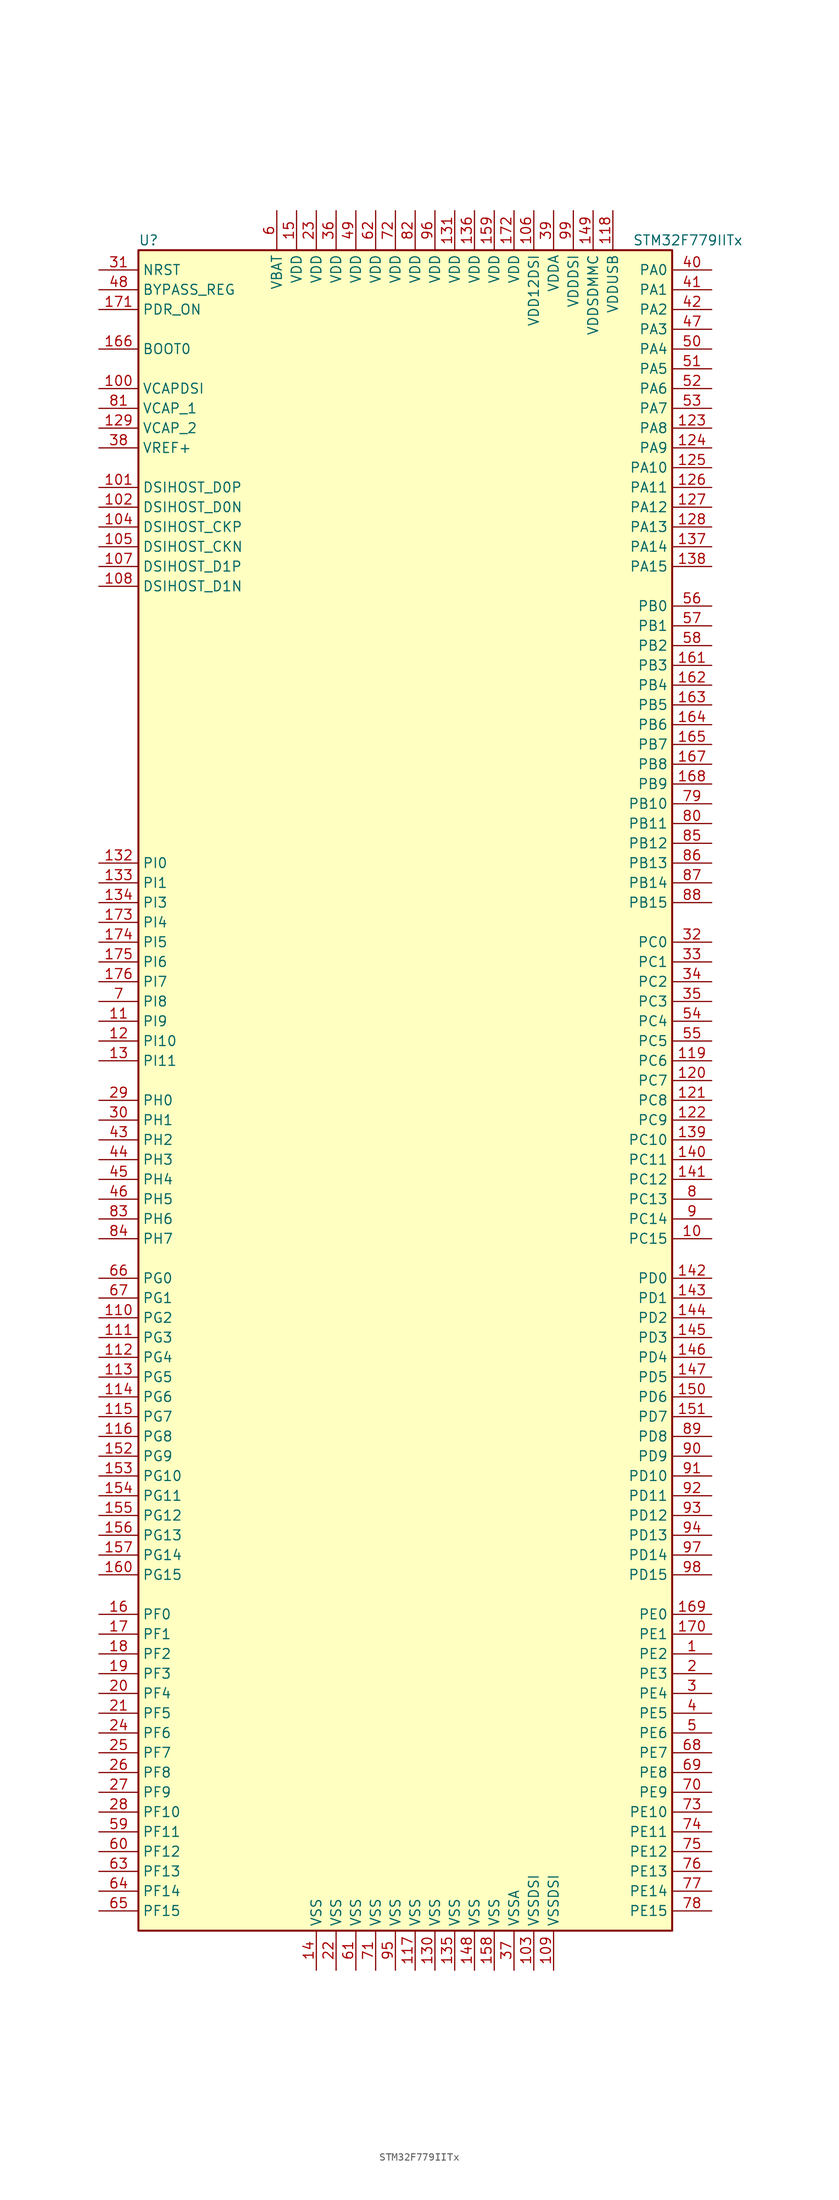
<source format=kicad_sym>
(kicad_symbol_lib
  (version 20201005)
  (generator kicad_symbol_editor)
  (symbol "STM32F779IITx"
    (property "Reference" "U"
      (at -35.56 107.95 0)
      (effects (font (size 1.27 1.27)) (justify left)))
    (property "Value" "STM32F779IITx"
      (at 27.94 107.95 0)
      (effects (font (size 1.27 1.27)) (justify left)))
    (symbol "STM32F779IITx_0_1"
      (rectangle (start -35.56 -109.22) (end 33.02 106.68) (stroke (width 0.254)) (fill (type background))))
    (symbol "STM32F779IITx_1_1"
      (pin input line (at -40.64 93.98 0) (length 5.08) (name "BOOT0" (effects (font (size 1.27 1.27)))) (number "166" (effects (font (size 1.27 1.27)))))
      (pin input line (at -40.64 101.6 0) (length 5.08) (name "BYPASS_REG" (effects (font (size 1.27 1.27)))) (number "48" (effects (font (size 1.27 1.27)))))
      (pin bidirectional line (at -40.64 68.58 0) (length 5.08) (name "DSIHOST_CKN" (effects (font (size 1.27 1.27)))) (number "105" (effects (font (size 1.27 1.27)))))
      (pin bidirectional line (at -40.64 71.12 0) (length 5.08) (name "DSIHOST_CKP" (effects (font (size 1.27 1.27)))) (number "104" (effects (font (size 1.27 1.27)))))
      (pin bidirectional line (at -40.64 73.66 0) (length 5.08) (name "DSIHOST_D0N" (effects (font (size 1.27 1.27)))) (number "102" (effects (font (size 1.27 1.27)))))
      (pin bidirectional line (at -40.64 76.2 0) (length 5.08) (name "DSIHOST_D0P" (effects (font (size 1.27 1.27)))) (number "101" (effects (font (size 1.27 1.27)))))
      (pin bidirectional line (at -40.64 63.5 0) (length 5.08) (name "DSIHOST_D1N" (effects (font (size 1.27 1.27)))) (number "108" (effects (font (size 1.27 1.27)))))
      (pin bidirectional line (at -40.64 66.04 0) (length 5.08) (name "DSIHOST_D1P" (effects (font (size 1.27 1.27)))) (number "107" (effects (font (size 1.27 1.27)))))
      (pin input line (at -40.64 104.14 0) (length 5.08) (name "NRST" (effects (font (size 1.27 1.27)))) (number "31" (effects (font (size 1.27 1.27)))))
      (pin bidirectional line (at 38.1 104.14 180) (length 5.08) (name "PA0" (effects (font (size 1.27 1.27)))) (number "40" (effects (font (size 1.27 1.27)))))
      (pin bidirectional line (at 38.1 101.6 180) (length 5.08) (name "PA1" (effects (font (size 1.27 1.27)))) (number "41" (effects (font (size 1.27 1.27)))))
      (pin bidirectional line (at 38.1 78.74 180) (length 5.08) (name "PA10" (effects (font (size 1.27 1.27)))) (number "125" (effects (font (size 1.27 1.27)))))
      (pin bidirectional line (at 38.1 76.2 180) (length 5.08) (name "PA11" (effects (font (size 1.27 1.27)))) (number "126" (effects (font (size 1.27 1.27)))))
      (pin bidirectional line (at 38.1 73.66 180) (length 5.08) (name "PA12" (effects (font (size 1.27 1.27)))) (number "127" (effects (font (size 1.27 1.27)))))
      (pin bidirectional line (at 38.1 71.12 180) (length 5.08) (name "PA13" (effects (font (size 1.27 1.27)))) (number "128" (effects (font (size 1.27 1.27)))))
      (pin bidirectional line (at 38.1 68.58 180) (length 5.08) (name "PA14" (effects (font (size 1.27 1.27)))) (number "137" (effects (font (size 1.27 1.27)))))
      (pin bidirectional line (at 38.1 66.04 180) (length 5.08) (name "PA15" (effects (font (size 1.27 1.27)))) (number "138" (effects (font (size 1.27 1.27)))))
      (pin bidirectional line (at 38.1 99.06 180) (length 5.08) (name "PA2" (effects (font (size 1.27 1.27)))) (number "42" (effects (font (size 1.27 1.27)))))
      (pin bidirectional line (at 38.1 96.52 180) (length 5.08) (name "PA3" (effects (font (size 1.27 1.27)))) (number "47" (effects (font (size 1.27 1.27)))))
      (pin bidirectional line (at 38.1 93.98 180) (length 5.08) (name "PA4" (effects (font (size 1.27 1.27)))) (number "50" (effects (font (size 1.27 1.27)))))
      (pin bidirectional line (at 38.1 91.44 180) (length 5.08) (name "PA5" (effects (font (size 1.27 1.27)))) (number "51" (effects (font (size 1.27 1.27)))))
      (pin bidirectional line (at 38.1 88.9 180) (length 5.08) (name "PA6" (effects (font (size 1.27 1.27)))) (number "52" (effects (font (size 1.27 1.27)))))
      (pin bidirectional line (at 38.1 86.36 180) (length 5.08) (name "PA7" (effects (font (size 1.27 1.27)))) (number "53" (effects (font (size 1.27 1.27)))))
      (pin bidirectional line (at 38.1 83.82 180) (length 5.08) (name "PA8" (effects (font (size 1.27 1.27)))) (number "123" (effects (font (size 1.27 1.27)))))
      (pin bidirectional line (at 38.1 81.28 180) (length 5.08) (name "PA9" (effects (font (size 1.27 1.27)))) (number "124" (effects (font (size 1.27 1.27)))))
      (pin bidirectional line (at 38.1 60.96 180) (length 5.08) (name "PB0" (effects (font (size 1.27 1.27)))) (number "56" (effects (font (size 1.27 1.27)))))
      (pin bidirectional line (at 38.1 58.42 180) (length 5.08) (name "PB1" (effects (font (size 1.27 1.27)))) (number "57" (effects (font (size 1.27 1.27)))))
      (pin bidirectional line (at 38.1 35.56 180) (length 5.08) (name "PB10" (effects (font (size 1.27 1.27)))) (number "79" (effects (font (size 1.27 1.27)))))
      (pin bidirectional line (at 38.1 33.02 180) (length 5.08) (name "PB11" (effects (font (size 1.27 1.27)))) (number "80" (effects (font (size 1.27 1.27)))))
      (pin bidirectional line (at 38.1 30.48 180) (length 5.08) (name "PB12" (effects (font (size 1.27 1.27)))) (number "85" (effects (font (size 1.27 1.27)))))
      (pin bidirectional line (at 38.1 27.94 180) (length 5.08) (name "PB13" (effects (font (size 1.27 1.27)))) (number "86" (effects (font (size 1.27 1.27)))))
      (pin bidirectional line (at 38.1 25.4 180) (length 5.08) (name "PB14" (effects (font (size 1.27 1.27)))) (number "87" (effects (font (size 1.27 1.27)))))
      (pin bidirectional line (at 38.1 22.86 180) (length 5.08) (name "PB15" (effects (font (size 1.27 1.27)))) (number "88" (effects (font (size 1.27 1.27)))))
      (pin bidirectional line (at 38.1 55.88 180) (length 5.08) (name "PB2" (effects (font (size 1.27 1.27)))) (number "58" (effects (font (size 1.27 1.27)))))
      (pin bidirectional line (at 38.1 53.34 180) (length 5.08) (name "PB3" (effects (font (size 1.27 1.27)))) (number "161" (effects (font (size 1.27 1.27)))))
      (pin bidirectional line (at 38.1 50.8 180) (length 5.08) (name "PB4" (effects (font (size 1.27 1.27)))) (number "162" (effects (font (size 1.27 1.27)))))
      (pin bidirectional line (at 38.1 48.26 180) (length 5.08) (name "PB5" (effects (font (size 1.27 1.27)))) (number "163" (effects (font (size 1.27 1.27)))))
      (pin bidirectional line (at 38.1 45.72 180) (length 5.08) (name "PB6" (effects (font (size 1.27 1.27)))) (number "164" (effects (font (size 1.27 1.27)))))
      (pin bidirectional line (at 38.1 43.18 180) (length 5.08) (name "PB7" (effects (font (size 1.27 1.27)))) (number "165" (effects (font (size 1.27 1.27)))))
      (pin bidirectional line (at 38.1 40.64 180) (length 5.08) (name "PB8" (effects (font (size 1.27 1.27)))) (number "167" (effects (font (size 1.27 1.27)))))
      (pin bidirectional line (at 38.1 38.1 180) (length 5.08) (name "PB9" (effects (font (size 1.27 1.27)))) (number "168" (effects (font (size 1.27 1.27)))))
      (pin bidirectional line (at 38.1 17.78 180) (length 5.08) (name "PC0" (effects (font (size 1.27 1.27)))) (number "32" (effects (font (size 1.27 1.27)))))
      (pin bidirectional line (at 38.1 15.24 180) (length 5.08) (name "PC1" (effects (font (size 1.27 1.27)))) (number "33" (effects (font (size 1.27 1.27)))))
      (pin bidirectional line (at 38.1 -7.62 180) (length 5.08) (name "PC10" (effects (font (size 1.27 1.27)))) (number "139" (effects (font (size 1.27 1.27)))))
      (pin bidirectional line (at 38.1 -10.16 180) (length 5.08) (name "PC11" (effects (font (size 1.27 1.27)))) (number "140" (effects (font (size 1.27 1.27)))))
      (pin bidirectional line (at 38.1 -12.7 180) (length 5.08) (name "PC12" (effects (font (size 1.27 1.27)))) (number "141" (effects (font (size 1.27 1.27)))))
      (pin bidirectional line (at 38.1 -15.24 180) (length 5.08) (name "PC13" (effects (font (size 1.27 1.27)))) (number "8" (effects (font (size 1.27 1.27)))))
      (pin bidirectional line (at 38.1 -17.78 180) (length 5.08) (name "PC14" (effects (font (size 1.27 1.27)))) (number "9" (effects (font (size 1.27 1.27)))))
      (pin bidirectional line (at 38.1 -20.32 180) (length 5.08) (name "PC15" (effects (font (size 1.27 1.27)))) (number "10" (effects (font (size 1.27 1.27)))))
      (pin bidirectional line (at 38.1 12.7 180) (length 5.08) (name "PC2" (effects (font (size 1.27 1.27)))) (number "34" (effects (font (size 1.27 1.27)))))
      (pin bidirectional line (at 38.1 10.16 180) (length 5.08) (name "PC3" (effects (font (size 1.27 1.27)))) (number "35" (effects (font (size 1.27 1.27)))))
      (pin bidirectional line (at 38.1 7.62 180) (length 5.08) (name "PC4" (effects (font (size 1.27 1.27)))) (number "54" (effects (font (size 1.27 1.27)))))
      (pin bidirectional line (at 38.1 5.08 180) (length 5.08) (name "PC5" (effects (font (size 1.27 1.27)))) (number "55" (effects (font (size 1.27 1.27)))))
      (pin bidirectional line (at 38.1 2.54 180) (length 5.08) (name "PC6" (effects (font (size 1.27 1.27)))) (number "119" (effects (font (size 1.27 1.27)))))
      (pin bidirectional line (at 38.1 0 180) (length 5.08) (name "PC7" (effects (font (size 1.27 1.27)))) (number "120" (effects (font (size 1.27 1.27)))))
      (pin bidirectional line (at 38.1 -2.54 180) (length 5.08) (name "PC8" (effects (font (size 1.27 1.27)))) (number "121" (effects (font (size 1.27 1.27)))))
      (pin bidirectional line (at 38.1 -5.08 180) (length 5.08) (name "PC9" (effects (font (size 1.27 1.27)))) (number "122" (effects (font (size 1.27 1.27)))))
      (pin bidirectional line (at 38.1 -25.4 180) (length 5.08) (name "PD0" (effects (font (size 1.27 1.27)))) (number "142" (effects (font (size 1.27 1.27)))))
      (pin bidirectional line (at 38.1 -27.94 180) (length 5.08) (name "PD1" (effects (font (size 1.27 1.27)))) (number "143" (effects (font (size 1.27 1.27)))))
      (pin bidirectional line (at 38.1 -50.8 180) (length 5.08) (name "PD10" (effects (font (size 1.27 1.27)))) (number "91" (effects (font (size 1.27 1.27)))))
      (pin bidirectional line (at 38.1 -53.34 180) (length 5.08) (name "PD11" (effects (font (size 1.27 1.27)))) (number "92" (effects (font (size 1.27 1.27)))))
      (pin bidirectional line (at 38.1 -55.88 180) (length 5.08) (name "PD12" (effects (font (size 1.27 1.27)))) (number "93" (effects (font (size 1.27 1.27)))))
      (pin bidirectional line (at 38.1 -58.42 180) (length 5.08) (name "PD13" (effects (font (size 1.27 1.27)))) (number "94" (effects (font (size 1.27 1.27)))))
      (pin bidirectional line (at 38.1 -60.96 180) (length 5.08) (name "PD14" (effects (font (size 1.27 1.27)))) (number "97" (effects (font (size 1.27 1.27)))))
      (pin bidirectional line (at 38.1 -63.5 180) (length 5.08) (name "PD15" (effects (font (size 1.27 1.27)))) (number "98" (effects (font (size 1.27 1.27)))))
      (pin bidirectional line (at 38.1 -30.48 180) (length 5.08) (name "PD2" (effects (font (size 1.27 1.27)))) (number "144" (effects (font (size 1.27 1.27)))))
      (pin bidirectional line (at 38.1 -33.02 180) (length 5.08) (name "PD3" (effects (font (size 1.27 1.27)))) (number "145" (effects (font (size 1.27 1.27)))))
      (pin bidirectional line (at 38.1 -35.56 180) (length 5.08) (name "PD4" (effects (font (size 1.27 1.27)))) (number "146" (effects (font (size 1.27 1.27)))))
      (pin bidirectional line (at 38.1 -38.1 180) (length 5.08) (name "PD5" (effects (font (size 1.27 1.27)))) (number "147" (effects (font (size 1.27 1.27)))))
      (pin bidirectional line (at 38.1 -40.64 180) (length 5.08) (name "PD6" (effects (font (size 1.27 1.27)))) (number "150" (effects (font (size 1.27 1.27)))))
      (pin bidirectional line (at 38.1 -43.18 180) (length 5.08) (name "PD7" (effects (font (size 1.27 1.27)))) (number "151" (effects (font (size 1.27 1.27)))))
      (pin bidirectional line (at 38.1 -45.72 180) (length 5.08) (name "PD8" (effects (font (size 1.27 1.27)))) (number "89" (effects (font (size 1.27 1.27)))))
      (pin bidirectional line (at 38.1 -48.26 180) (length 5.08) (name "PD9" (effects (font (size 1.27 1.27)))) (number "90" (effects (font (size 1.27 1.27)))))
      (pin input line (at -40.64 99.06 0) (length 5.08) (name "PDR_ON" (effects (font (size 1.27 1.27)))) (number "171" (effects (font (size 1.27 1.27)))))
      (pin bidirectional line (at 38.1 -68.58 180) (length 5.08) (name "PE0" (effects (font (size 1.27 1.27)))) (number "169" (effects (font (size 1.27 1.27)))))
      (pin bidirectional line (at 38.1 -71.12 180) (length 5.08) (name "PE1" (effects (font (size 1.27 1.27)))) (number "170" (effects (font (size 1.27 1.27)))))
      (pin bidirectional line (at 38.1 -93.98 180) (length 5.08) (name "PE10" (effects (font (size 1.27 1.27)))) (number "73" (effects (font (size 1.27 1.27)))))
      (pin bidirectional line (at 38.1 -96.52 180) (length 5.08) (name "PE11" (effects (font (size 1.27 1.27)))) (number "74" (effects (font (size 1.27 1.27)))))
      (pin bidirectional line (at 38.1 -99.06 180) (length 5.08) (name "PE12" (effects (font (size 1.27 1.27)))) (number "75" (effects (font (size 1.27 1.27)))))
      (pin bidirectional line (at 38.1 -101.6 180) (length 5.08) (name "PE13" (effects (font (size 1.27 1.27)))) (number "76" (effects (font (size 1.27 1.27)))))
      (pin bidirectional line (at 38.1 -104.14 180) (length 5.08) (name "PE14" (effects (font (size 1.27 1.27)))) (number "77" (effects (font (size 1.27 1.27)))))
      (pin bidirectional line (at 38.1 -106.68 180) (length 5.08) (name "PE15" (effects (font (size 1.27 1.27)))) (number "78" (effects (font (size 1.27 1.27)))))
      (pin bidirectional line (at 38.1 -73.66 180) (length 5.08) (name "PE2" (effects (font (size 1.27 1.27)))) (number "1" (effects (font (size 1.27 1.27)))))
      (pin bidirectional line (at 38.1 -76.2 180) (length 5.08) (name "PE3" (effects (font (size 1.27 1.27)))) (number "2" (effects (font (size 1.27 1.27)))))
      (pin bidirectional line (at 38.1 -78.74 180) (length 5.08) (name "PE4" (effects (font (size 1.27 1.27)))) (number "3" (effects (font (size 1.27 1.27)))))
      (pin bidirectional line (at 38.1 -81.28 180) (length 5.08) (name "PE5" (effects (font (size 1.27 1.27)))) (number "4" (effects (font (size 1.27 1.27)))))
      (pin bidirectional line (at 38.1 -83.82 180) (length 5.08) (name "PE6" (effects (font (size 1.27 1.27)))) (number "5" (effects (font (size 1.27 1.27)))))
      (pin bidirectional line (at 38.1 -86.36 180) (length 5.08) (name "PE7" (effects (font (size 1.27 1.27)))) (number "68" (effects (font (size 1.27 1.27)))))
      (pin bidirectional line (at 38.1 -88.9 180) (length 5.08) (name "PE8" (effects (font (size 1.27 1.27)))) (number "69" (effects (font (size 1.27 1.27)))))
      (pin bidirectional line (at 38.1 -91.44 180) (length 5.08) (name "PE9" (effects (font (size 1.27 1.27)))) (number "70" (effects (font (size 1.27 1.27)))))
      (pin bidirectional line (at -40.64 -68.58 0) (length 5.08) (name "PF0" (effects (font (size 1.27 1.27)))) (number "16" (effects (font (size 1.27 1.27)))))
      (pin bidirectional line (at -40.64 -71.12 0) (length 5.08) (name "PF1" (effects (font (size 1.27 1.27)))) (number "17" (effects (font (size 1.27 1.27)))))
      (pin bidirectional line (at -40.64 -93.98 0) (length 5.08) (name "PF10" (effects (font (size 1.27 1.27)))) (number "28" (effects (font (size 1.27 1.27)))))
      (pin bidirectional line (at -40.64 -96.52 0) (length 5.08) (name "PF11" (effects (font (size 1.27 1.27)))) (number "59" (effects (font (size 1.27 1.27)))))
      (pin bidirectional line (at -40.64 -99.06 0) (length 5.08) (name "PF12" (effects (font (size 1.27 1.27)))) (number "60" (effects (font (size 1.27 1.27)))))
      (pin bidirectional line (at -40.64 -101.6 0) (length 5.08) (name "PF13" (effects (font (size 1.27 1.27)))) (number "63" (effects (font (size 1.27 1.27)))))
      (pin bidirectional line (at -40.64 -104.14 0) (length 5.08) (name "PF14" (effects (font (size 1.27 1.27)))) (number "64" (effects (font (size 1.27 1.27)))))
      (pin bidirectional line (at -40.64 -106.68 0) (length 5.08) (name "PF15" (effects (font (size 1.27 1.27)))) (number "65" (effects (font (size 1.27 1.27)))))
      (pin bidirectional line (at -40.64 -73.66 0) (length 5.08) (name "PF2" (effects (font (size 1.27 1.27)))) (number "18" (effects (font (size 1.27 1.27)))))
      (pin bidirectional line (at -40.64 -76.2 0) (length 5.08) (name "PF3" (effects (font (size 1.27 1.27)))) (number "19" (effects (font (size 1.27 1.27)))))
      (pin bidirectional line (at -40.64 -78.74 0) (length 5.08) (name "PF4" (effects (font (size 1.27 1.27)))) (number "20" (effects (font (size 1.27 1.27)))))
      (pin bidirectional line (at -40.64 -81.28 0) (length 5.08) (name "PF5" (effects (font (size 1.27 1.27)))) (number "21" (effects (font (size 1.27 1.27)))))
      (pin bidirectional line (at -40.64 -83.82 0) (length 5.08) (name "PF6" (effects (font (size 1.27 1.27)))) (number "24" (effects (font (size 1.27 1.27)))))
      (pin bidirectional line (at -40.64 -86.36 0) (length 5.08) (name "PF7" (effects (font (size 1.27 1.27)))) (number "25" (effects (font (size 1.27 1.27)))))
      (pin bidirectional line (at -40.64 -88.9 0) (length 5.08) (name "PF8" (effects (font (size 1.27 1.27)))) (number "26" (effects (font (size 1.27 1.27)))))
      (pin bidirectional line (at -40.64 -91.44 0) (length 5.08) (name "PF9" (effects (font (size 1.27 1.27)))) (number "27" (effects (font (size 1.27 1.27)))))
      (pin bidirectional line (at -40.64 -25.4 0) (length 5.08) (name "PG0" (effects (font (size 1.27 1.27)))) (number "66" (effects (font (size 1.27 1.27)))))
      (pin bidirectional line (at -40.64 -27.94 0) (length 5.08) (name "PG1" (effects (font (size 1.27 1.27)))) (number "67" (effects (font (size 1.27 1.27)))))
      (pin bidirectional line (at -40.64 -50.8 0) (length 5.08) (name "PG10" (effects (font (size 1.27 1.27)))) (number "153" (effects (font (size 1.27 1.27)))))
      (pin bidirectional line (at -40.64 -53.34 0) (length 5.08) (name "PG11" (effects (font (size 1.27 1.27)))) (number "154" (effects (font (size 1.27 1.27)))))
      (pin bidirectional line (at -40.64 -55.88 0) (length 5.08) (name "PG12" (effects (font (size 1.27 1.27)))) (number "155" (effects (font (size 1.27 1.27)))))
      (pin bidirectional line (at -40.64 -58.42 0) (length 5.08) (name "PG13" (effects (font (size 1.27 1.27)))) (number "156" (effects (font (size 1.27 1.27)))))
      (pin bidirectional line (at -40.64 -60.96 0) (length 5.08) (name "PG14" (effects (font (size 1.27 1.27)))) (number "157" (effects (font (size 1.27 1.27)))))
      (pin bidirectional line (at -40.64 -63.5 0) (length 5.08) (name "PG15" (effects (font (size 1.27 1.27)))) (number "160" (effects (font (size 1.27 1.27)))))
      (pin bidirectional line (at -40.64 -30.48 0) (length 5.08) (name "PG2" (effects (font (size 1.27 1.27)))) (number "110" (effects (font (size 1.27 1.27)))))
      (pin bidirectional line (at -40.64 -33.02 0) (length 5.08) (name "PG3" (effects (font (size 1.27 1.27)))) (number "111" (effects (font (size 1.27 1.27)))))
      (pin bidirectional line (at -40.64 -35.56 0) (length 5.08) (name "PG4" (effects (font (size 1.27 1.27)))) (number "112" (effects (font (size 1.27 1.27)))))
      (pin bidirectional line (at -40.64 -38.1 0) (length 5.08) (name "PG5" (effects (font (size 1.27 1.27)))) (number "113" (effects (font (size 1.27 1.27)))))
      (pin bidirectional line (at -40.64 -40.64 0) (length 5.08) (name "PG6" (effects (font (size 1.27 1.27)))) (number "114" (effects (font (size 1.27 1.27)))))
      (pin bidirectional line (at -40.64 -43.18 0) (length 5.08) (name "PG7" (effects (font (size 1.27 1.27)))) (number "115" (effects (font (size 1.27 1.27)))))
      (pin bidirectional line (at -40.64 -45.72 0) (length 5.08) (name "PG8" (effects (font (size 1.27 1.27)))) (number "116" (effects (font (size 1.27 1.27)))))
      (pin bidirectional line (at -40.64 -48.26 0) (length 5.08) (name "PG9" (effects (font (size 1.27 1.27)))) (number "152" (effects (font (size 1.27 1.27)))))
      (pin input line (at -40.64 -2.54 0) (length 5.08) (name "PH0" (effects (font (size 1.27 1.27)))) (number "29" (effects (font (size 1.27 1.27)))))
      (pin input line (at -40.64 -5.08 0) (length 5.08) (name "PH1" (effects (font (size 1.27 1.27)))) (number "30" (effects (font (size 1.27 1.27)))))
      (pin bidirectional line (at -40.64 -7.62 0) (length 5.08) (name "PH2" (effects (font (size 1.27 1.27)))) (number "43" (effects (font (size 1.27 1.27)))))
      (pin bidirectional line (at -40.64 -10.16 0) (length 5.08) (name "PH3" (effects (font (size 1.27 1.27)))) (number "44" (effects (font (size 1.27 1.27)))))
      (pin bidirectional line (at -40.64 -12.7 0) (length 5.08) (name "PH4" (effects (font (size 1.27 1.27)))) (number "45" (effects (font (size 1.27 1.27)))))
      (pin bidirectional line (at -40.64 -15.24 0) (length 5.08) (name "PH5" (effects (font (size 1.27 1.27)))) (number "46" (effects (font (size 1.27 1.27)))))
      (pin bidirectional line (at -40.64 -17.78 0) (length 5.08) (name "PH6" (effects (font (size 1.27 1.27)))) (number "83" (effects (font (size 1.27 1.27)))))
      (pin bidirectional line (at -40.64 -20.32 0) (length 5.08) (name "PH7" (effects (font (size 1.27 1.27)))) (number "84" (effects (font (size 1.27 1.27)))))
      (pin bidirectional line (at -40.64 27.94 0) (length 5.08) (name "PI0" (effects (font (size 1.27 1.27)))) (number "132" (effects (font (size 1.27 1.27)))))
      (pin bidirectional line (at -40.64 25.4 0) (length 5.08) (name "PI1" (effects (font (size 1.27 1.27)))) (number "133" (effects (font (size 1.27 1.27)))))
      (pin bidirectional line (at -40.64 5.08 0) (length 5.08) (name "PI10" (effects (font (size 1.27 1.27)))) (number "12" (effects (font (size 1.27 1.27)))))
      (pin bidirectional line (at -40.64 2.54 0) (length 5.08) (name "PI11" (effects (font (size 1.27 1.27)))) (number "13" (effects (font (size 1.27 1.27)))))
      (pin bidirectional line (at -40.64 22.86 0) (length 5.08) (name "PI3" (effects (font (size 1.27 1.27)))) (number "134" (effects (font (size 1.27 1.27)))))
      (pin bidirectional line (at -40.64 20.32 0) (length 5.08) (name "PI4" (effects (font (size 1.27 1.27)))) (number "173" (effects (font (size 1.27 1.27)))))
      (pin bidirectional line (at -40.64 17.78 0) (length 5.08) (name "PI5" (effects (font (size 1.27 1.27)))) (number "174" (effects (font (size 1.27 1.27)))))
      (pin bidirectional line (at -40.64 15.24 0) (length 5.08) (name "PI6" (effects (font (size 1.27 1.27)))) (number "175" (effects (font (size 1.27 1.27)))))
      (pin bidirectional line (at -40.64 12.7 0) (length 5.08) (name "PI7" (effects (font (size 1.27 1.27)))) (number "176" (effects (font (size 1.27 1.27)))))
      (pin bidirectional line (at -40.64 10.16 0) (length 5.08) (name "PI8" (effects (font (size 1.27 1.27)))) (number "7" (effects (font (size 1.27 1.27)))))
      (pin bidirectional line (at -40.64 7.62 0) (length 5.08) (name "PI9" (effects (font (size 1.27 1.27)))) (number "11" (effects (font (size 1.27 1.27)))))
      (pin power_in line (at -17.78 111.76 270) (length 5.08) (name "VBAT" (effects (font (size 1.27 1.27)))) (number "6" (effects (font (size 1.27 1.27)))))
      (pin power_in line (at -40.64 88.9 0) (length 5.08) (name "VCAPDSI" (effects (font (size 1.27 1.27)))) (number "100" (effects (font (size 1.27 1.27)))))
      (pin power_in line (at -40.64 86.36 0) (length 5.08) (name "VCAP_1" (effects (font (size 1.27 1.27)))) (number "81" (effects (font (size 1.27 1.27)))))
      (pin power_in line (at -40.64 83.82 0) (length 5.08) (name "VCAP_2" (effects (font (size 1.27 1.27)))) (number "129" (effects (font (size 1.27 1.27)))))
      (pin power_in line (at 5.08 111.76 270) (length 5.08) (name "VDD" (effects (font (size 1.27 1.27)))) (number "131" (effects (font (size 1.27 1.27)))))
      (pin power_in line (at 7.62 111.76 270) (length 5.08) (name "VDD" (effects (font (size 1.27 1.27)))) (number "136" (effects (font (size 1.27 1.27)))))
      (pin power_in line (at -15.24 111.76 270) (length 5.08) (name "VDD" (effects (font (size 1.27 1.27)))) (number "15" (effects (font (size 1.27 1.27)))))
      (pin power_in line (at 10.16 111.76 270) (length 5.08) (name "VDD" (effects (font (size 1.27 1.27)))) (number "159" (effects (font (size 1.27 1.27)))))
      (pin power_in line (at 12.7 111.76 270) (length 5.08) (name "VDD" (effects (font (size 1.27 1.27)))) (number "172" (effects (font (size 1.27 1.27)))))
      (pin power_in line (at -12.7 111.76 270) (length 5.08) (name "VDD" (effects (font (size 1.27 1.27)))) (number "23" (effects (font (size 1.27 1.27)))))
      (pin power_in line (at -10.16 111.76 270) (length 5.08) (name "VDD" (effects (font (size 1.27 1.27)))) (number "36" (effects (font (size 1.27 1.27)))))
      (pin power_in line (at -7.62 111.76 270) (length 5.08) (name "VDD" (effects (font (size 1.27 1.27)))) (number "49" (effects (font (size 1.27 1.27)))))
      (pin power_in line (at -5.08 111.76 270) (length 5.08) (name "VDD" (effects (font (size 1.27 1.27)))) (number "62" (effects (font (size 1.27 1.27)))))
      (pin power_in line (at -2.54 111.76 270) (length 5.08) (name "VDD" (effects (font (size 1.27 1.27)))) (number "72" (effects (font (size 1.27 1.27)))))
      (pin power_in line (at 0 111.76 270) (length 5.08) (name "VDD" (effects (font (size 1.27 1.27)))) (number "82" (effects (font (size 1.27 1.27)))))
      (pin power_in line (at 2.54 111.76 270) (length 5.08) (name "VDD" (effects (font (size 1.27 1.27)))) (number "96" (effects (font (size 1.27 1.27)))))
      (pin power_in line (at 15.24 111.76 270) (length 5.08) (name "VDD12DSI" (effects (font (size 1.27 1.27)))) (number "106" (effects (font (size 1.27 1.27)))))
      (pin power_in line (at 17.78 111.76 270) (length 5.08) (name "VDDA" (effects (font (size 1.27 1.27)))) (number "39" (effects (font (size 1.27 1.27)))))
      (pin power_in line (at 20.32 111.76 270) (length 5.08) (name "VDDDSI" (effects (font (size 1.27 1.27)))) (number "99" (effects (font (size 1.27 1.27)))))
      (pin power_in line (at 22.86 111.76 270) (length 5.08) (name "VDDSDMMC" (effects (font (size 1.27 1.27)))) (number "149" (effects (font (size 1.27 1.27)))))
      (pin power_in line (at 25.4 111.76 270) (length 5.08) (name "VDDUSB" (effects (font (size 1.27 1.27)))) (number "118" (effects (font (size 1.27 1.27)))))
      (pin power_in line (at -40.64 81.28 0) (length 5.08) (name "VREF+" (effects (font (size 1.27 1.27)))) (number "38" (effects (font (size 1.27 1.27)))))
      (pin power_in line (at 0 -114.3 90) (length 5.08) (name "VSS" (effects (font (size 1.27 1.27)))) (number "117" (effects (font (size 1.27 1.27)))))
      (pin power_in line (at 2.54 -114.3 90) (length 5.08) (name "VSS" (effects (font (size 1.27 1.27)))) (number "130" (effects (font (size 1.27 1.27)))))
      (pin power_in line (at 5.08 -114.3 90) (length 5.08) (name "VSS" (effects (font (size 1.27 1.27)))) (number "135" (effects (font (size 1.27 1.27)))))
      (pin power_in line (at -12.7 -114.3 90) (length 5.08) (name "VSS" (effects (font (size 1.27 1.27)))) (number "14" (effects (font (size 1.27 1.27)))))
      (pin power_in line (at 7.62 -114.3 90) (length 5.08) (name "VSS" (effects (font (size 1.27 1.27)))) (number "148" (effects (font (size 1.27 1.27)))))
      (pin power_in line (at 10.16 -114.3 90) (length 5.08) (name "VSS" (effects (font (size 1.27 1.27)))) (number "158" (effects (font (size 1.27 1.27)))))
      (pin power_in line (at -10.16 -114.3 90) (length 5.08) (name "VSS" (effects (font (size 1.27 1.27)))) (number "22" (effects (font (size 1.27 1.27)))))
      (pin power_in line (at -7.62 -114.3 90) (length 5.08) (name "VSS" (effects (font (size 1.27 1.27)))) (number "61" (effects (font (size 1.27 1.27)))))
      (pin power_in line (at -5.08 -114.3 90) (length 5.08) (name "VSS" (effects (font (size 1.27 1.27)))) (number "71" (effects (font (size 1.27 1.27)))))
      (pin power_in line (at -2.54 -114.3 90) (length 5.08) (name "VSS" (effects (font (size 1.27 1.27)))) (number "95" (effects (font (size 1.27 1.27)))))
      (pin power_in line (at 12.7 -114.3 90) (length 5.08) (name "VSSA" (effects (font (size 1.27 1.27)))) (number "37" (effects (font (size 1.27 1.27)))))
      (pin power_in line (at 15.24 -114.3 90) (length 5.08) (name "VSSDSI" (effects (font (size 1.27 1.27)))) (number "103" (effects (font (size 1.27 1.27)))))
      (pin power_in line (at 17.78 -114.3 90) (length 5.08) (name "VSSDSI" (effects (font (size 1.27 1.27)))) (number "109" (effects (font (size 1.27 1.27))))))))
</source>
